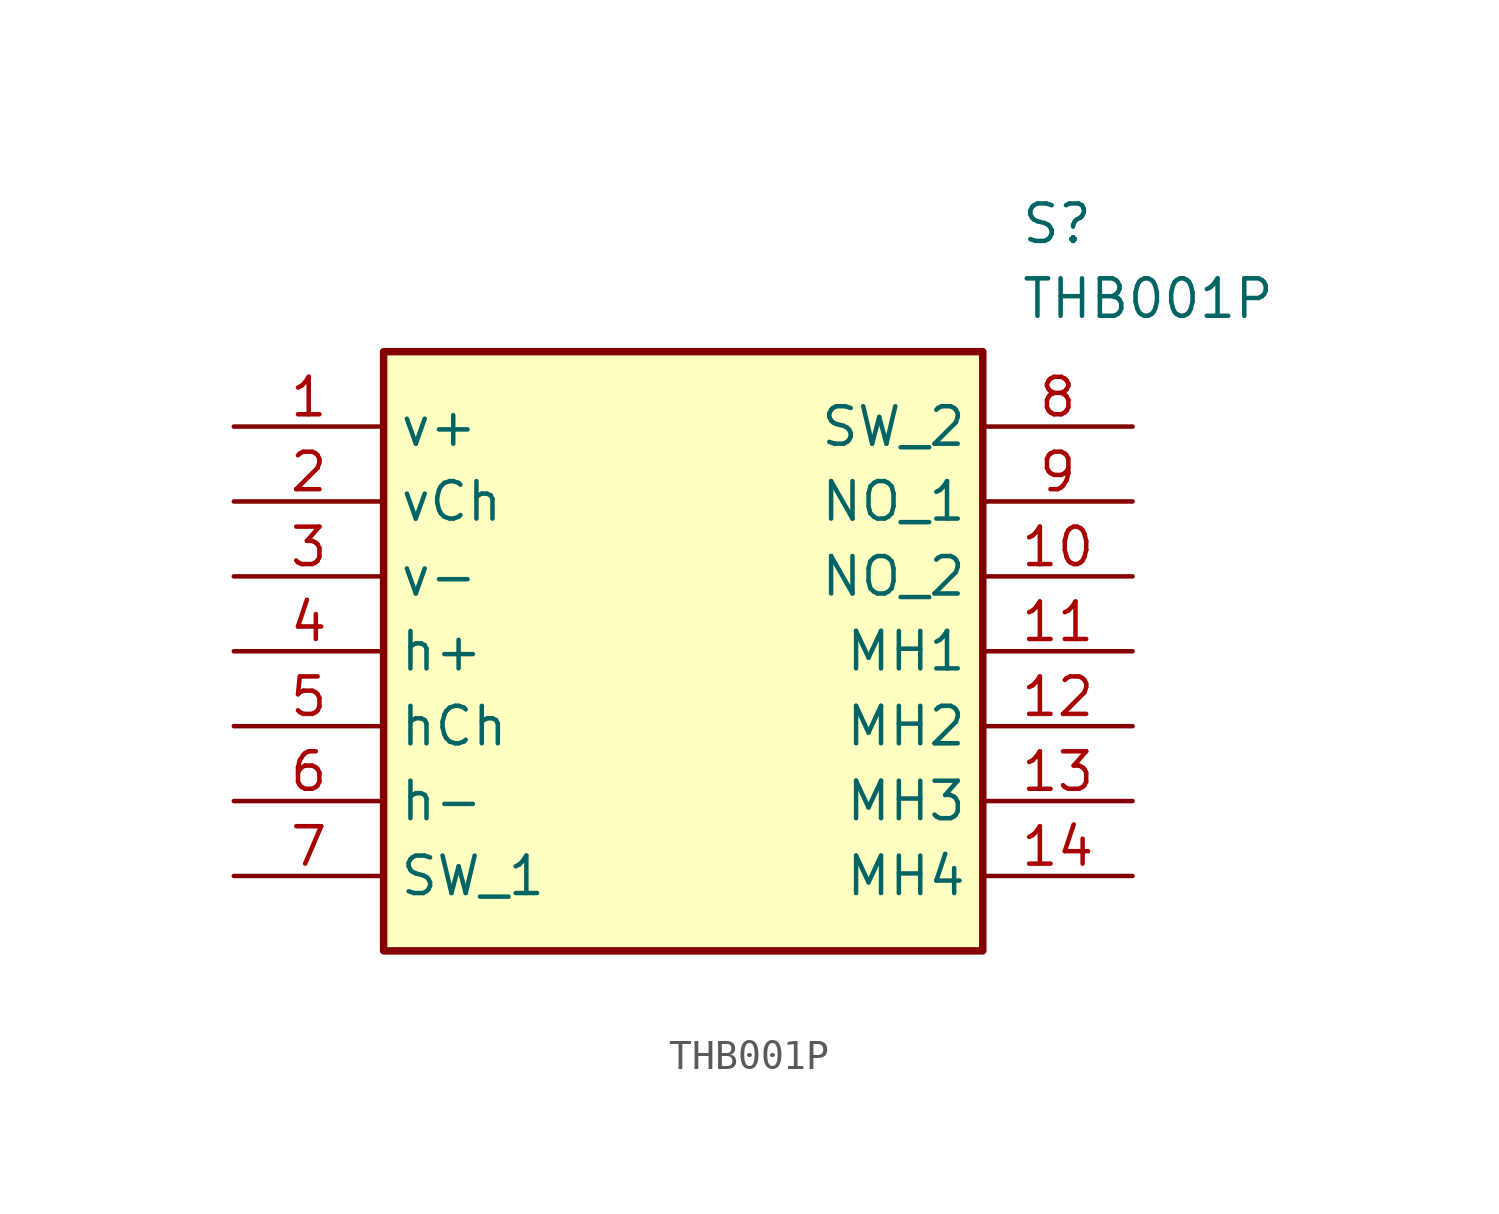
<source format=kicad_sym>
(kicad_symbol_lib
  (version 20241209)
  (generator "kicad_symbol_editor")
  (generator_version "9.0")
  (symbol "THB001P"
    (property "Reference" "S"
      (at 26.67 7.62 0)
      (effects (font (size 1.27 1.27)) (justify left top)))
    (property "Value" "THB001P"
      (at 26.67 5.08 0)
      (effects (font (size 1.27 1.27)) (justify left top)))
    (symbol "THB001P_1_1"
      (rectangle (start 5.08 2.54) (end 25.4 -17.78) (stroke (width 0.254) (type default)) (fill (type background)))
      (pin passive line (at 0 0 0) (length 5.08) (name "v+" (effects (font (size 1.27 1.27)))) (number "1" (effects (font (size 1.27 1.27)))))
      (pin passive line (at 0 -2.54 0) (length 5.08) (name "vCh" (effects (font (size 1.27 1.27)))) (number "2" (effects (font (size 1.27 1.27)))))
      (pin passive line (at 0 -5.08 0) (length 5.08) (name "v-" (effects (font (size 1.27 1.27)))) (number "3" (effects (font (size 1.27 1.27)))))
      (pin passive line (at 0 -7.62 0) (length 5.08) (name "h+" (effects (font (size 1.27 1.27)))) (number "4" (effects (font (size 1.27 1.27)))))
      (pin passive line (at 0 -10.16 0) (length 5.08) (name "hCh" (effects (font (size 1.27 1.27)))) (number "5" (effects (font (size 1.27 1.27)))))
      (pin passive line (at 0 -12.7 0) (length 5.08) (name "h-" (effects (font (size 1.27 1.27)))) (number "6" (effects (font (size 1.27 1.27)))))
      (pin passive line (at 0 -15.24 0) (length 5.08) (name "SW_1" (effects (font (size 1.27 1.27)))) (number "7" (effects (font (size 1.27 1.27)))))
      (pin passive line (at 30.48 0 180) (length 5.08) (name "SW_2" (effects (font (size 1.27 1.27)))) (number "8" (effects (font (size 1.27 1.27)))))
      (pin passive line (at 30.48 -2.54 180) (length 5.08) (name "NO_1" (effects (font (size 1.27 1.27)))) (number "9" (effects (font (size 1.27 1.27)))))
      (pin passive line (at 30.48 -5.08 180) (length 5.08) (name "NO_2" (effects (font (size 1.27 1.27)))) (number "10" (effects (font (size 1.27 1.27)))))
      (pin passive line (at 30.48 -7.62 180) (length 5.08) (name "MH1" (effects (font (size 1.27 1.27)))) (number "11" (effects (font (size 1.27 1.27)))))
      (pin passive line (at 30.48 -10.16 180) (length 5.08) (name "MH2" (effects (font (size 1.27 1.27)))) (number "12" (effects (font (size 1.27 1.27)))))
      (pin passive line (at 30.48 -12.7 180) (length 5.08) (name "MH3" (effects (font (size 1.27 1.27)))) (number "13" (effects (font (size 1.27 1.27)))))
      (pin passive line (at 30.48 -15.24 180) (length 5.08) (name "MH4" (effects (font (size 1.27 1.27)))) (number "14" (effects (font (size 1.27 1.27))))))))
</source>
